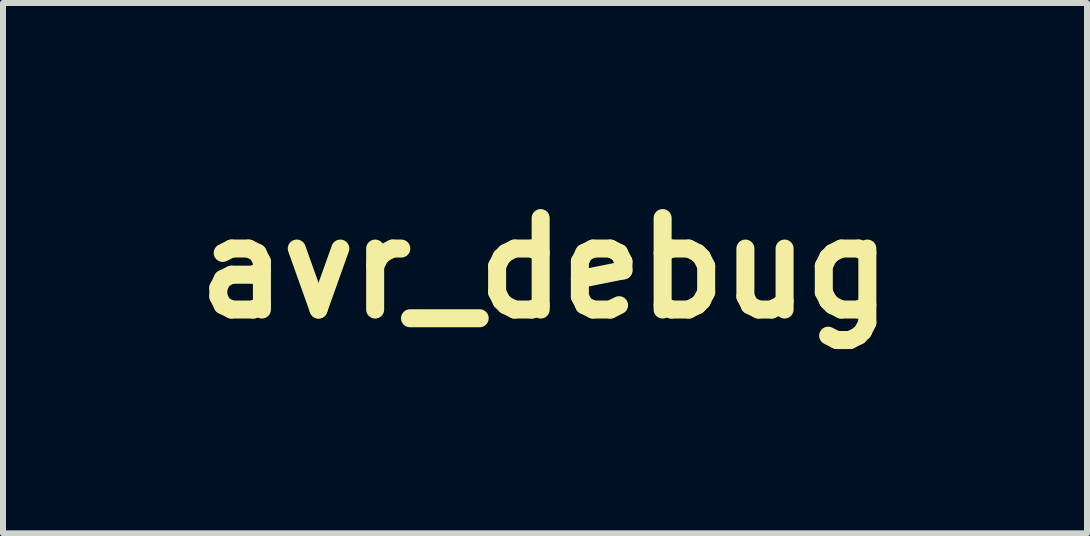
<source format=kicad_pcb>
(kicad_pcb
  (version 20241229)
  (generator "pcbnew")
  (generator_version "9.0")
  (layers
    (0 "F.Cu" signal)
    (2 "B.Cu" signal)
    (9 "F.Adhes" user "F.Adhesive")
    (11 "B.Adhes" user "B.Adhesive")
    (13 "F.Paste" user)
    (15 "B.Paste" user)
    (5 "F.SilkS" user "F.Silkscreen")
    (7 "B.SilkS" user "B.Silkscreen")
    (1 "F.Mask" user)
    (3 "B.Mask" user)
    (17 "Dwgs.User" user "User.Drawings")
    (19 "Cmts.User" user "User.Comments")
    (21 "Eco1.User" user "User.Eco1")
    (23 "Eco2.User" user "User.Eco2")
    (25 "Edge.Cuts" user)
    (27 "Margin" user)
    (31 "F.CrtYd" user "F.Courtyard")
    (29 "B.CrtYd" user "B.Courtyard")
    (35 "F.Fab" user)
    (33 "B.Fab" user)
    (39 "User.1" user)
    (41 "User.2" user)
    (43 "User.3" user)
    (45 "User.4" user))
  (footprint "avr_debug"
    (layer "F.Cu")
    (at 6.031 1.418)
    (property "Reference" "avr_debug" (at 0 0 0) (layer "F.SilkS") (effects (font (size 1.524 1.524) (thickness 0.3))))
    (attr through_hole)
    (fp_poly (pts (xy -0.004 -0.535) (xy 0.054 -0.506) (xy 0.14 -0.418) (xy 0.147 -0.312) (xy 0.087 -0.216) (xy -0.029 -0.158) (xy -0.086 -0.152) (xy -0.162 -0.165) (xy -0.196 -0.223) (xy -0.203 -0.353) (xy -0.203 -0.356) (xy -0.185 -0.502) (xy -0.122 -0.56) (xy -0.004 -0.535)) (stroke (width 0.01) (type solid)) (fill no) (layer "Eco2.User"))
    (fp_poly (pts (xy 0.1 0.137) (xy 0.188 0.24) (xy 0.203 0.337) (xy 0.194 0.425) (xy 0.151 0.476) (xy 0.045 0.513) (xy -0.038 0.531) (xy -0.203 0.567) (xy -0.203 0.334) (xy -0.199 0.192) (xy -0.174 0.124) (xy -0.113 0.103) (xy -0.061 0.102) (xy 0.1 0.137)) (stroke (width 0.01) (type solid)) (fill no) (layer "Eco2.User"))
    (fp_poly (pts (xy -2.864 -0.519) (xy -2.738 -0.449) (xy -2.652 -0.311) (xy -2.606 -0.13) (xy -2.6 0.068) (xy -2.633 0.256) (xy -2.706 0.411) (xy -2.819 0.506) (xy -2.864 0.519) (xy -2.971 0.529) (xy -3.021 0.518) (xy -3.034 0.457) (xy -3.042 0.323) (xy -3.046 0.142) (xy -3.047 -0.059) (xy -3.044 -0.251) (xy -3.038 -0.409) (xy -3.027 -0.503) (xy -3.021 -0.518) (xy -2.957 -0.529) (xy -2.864 -0.519)) (stroke (width 0.01) (type solid)) (fill no) (layer "Eco2.User"))
    (fp_poly (pts (xy 3.81 1.27) (xy -3.81 1.27) (xy -3.81 0.813) (xy -3.404 0.813) (xy -3.086 0.813) (xy -2.814 0.791) (xy -2.606 0.729) (xy -2.594 0.724) (xy -2.407 0.6) (xy -2.289 0.445) (xy -2.228 0.235) (xy -2.213 0.004) (xy -2.218 -0.21) (xy -2.244 -0.355) (xy -2.298 -0.466) (xy -2.315 -0.492) (xy -2.503 -0.67) (xy -2.754 -0.776) (xy -3.075 -0.813) (xy -3.086 -0.813) (xy -3.404 -0.813) (xy -1.93 -0.813) (xy -1.93 0.813) (xy -0.864 0.813) (xy -0.61 0.813) (xy -0.227 0.813) (xy -0.005 0.803) (xy 0.196 0.776) (xy 0.328 0.741) (xy 0.506 0.623) (xy 0.599 0.465) (xy 0.601 0.287) (xy 0.511 0.109) (xy 0.452 0.046) (xy 0.368 -0.043) (xy 0.34 -0.095) (xy 0.349 -0.102) (xy 0.43 -0.146) (xy 0.499 -0.253) (xy 0.54 -0.385) (xy 0.538 -0.484) (xy 0.449 -0.639) (xy 0.272 -0.745) (xy 0.007 -0.802) (xy -0.216 -0.813) (xy -0.61 -0.813) (xy 0.762 -0.813) (xy 0.765 -0.241) (xy 0.771 0.009) (xy 0.787 0.24) (xy 0.809 0.421) (xy 0.828 0.508) (xy 0.936 0.681) (xy 1.104 0.797) (xy 1.308 0.852) (xy 1.523 0.842) (xy 1.723 0.763) (xy 1.84 0.665) (xy 1.898 0.596) (xy 1.937 0.531) (xy 1.962 0.448) (xy 1.975 0.326) (xy 1.98 0.147) (xy 1.981 -0.105) (xy 2.154 -0.105) (xy 2.162 0.19) (xy 2.183 0.298) (xy 2.285 0.556) (xy 2.448 0.733) (xy 2.672 0.828) (xy 2.955 0.841) (xy 2.958 0.84) (xy 3.125 0.815) (xy 3.264 0.778) (xy 3.301 0.763) (xy 3.353 0.723) (xy 3.384 0.656) (xy 3.399 0.54) (xy 3.404 0.35) (xy 3.404 0.303) (xy 3.404 -0.102) (xy 3.124 -0.102) (xy 2.964 -0.098) (xy 2.881 -0.081) (xy 2.849 -0.038) (xy 2.845 0.025) (xy 2.869 0.125) (xy 2.946 0.152) (xy 3.013 0.169) (xy 3.042 0.238) (xy 3.048 0.356) (xy 3.042 0.486) (xy 3.009 0.544) (xy 2.924 0.558) (xy 2.876 0.559) (xy 2.734 0.54) (xy 2.641 0.473) (xy 2.588 0.343) (xy 2.567 0.135) (xy 2.565 0.023) (xy 2.572 -0.19) (xy 2.595 -0.33) (xy 2.639 -0.424) (xy 2.662 -0.452) (xy 2.784 -0.529) (xy 2.939 -0.559) (xy 3.081 -0.536) (xy 3.138 -0.499) (xy 3.203 -0.471) (xy 3.289 -0.521) (xy 3.301 -0.532) (xy 3.382 -0.617) (xy 3.387 -0.677) (xy 3.309 -0.735) (xy 3.224 -0.778) (xy 2.968 -0.853) (xy 2.728 -0.839) (xy 2.516 -0.745) (xy 2.343 -0.584) (xy 2.218 -0.367) (xy 2.154 -0.105) (xy 1.981 -0.105) (xy 1.981 -0.111) (xy 1.981 -0.153) (xy 1.981 -0.813) (xy 1.626 -0.813) (xy 1.621 -0.267) (xy 1.614 0.039) (xy 1.6 0.258) (xy 1.575 0.404) (xy 1.534 0.492) (xy 1.475 0.538) (xy 1.423 0.551) (xy 1.325 0.549) (xy 1.256 0.503) (xy 1.209 0.401) (xy 1.182 0.229) (xy 1.17 -0.024) (xy 1.168 -0.213) (xy 1.168 -0.813) (xy 0.762 -0.813) (xy -0.61 -0.813) (xy -0.61 0.813) (xy -0.864 0.813) (xy -0.864 0.686) (xy -0.869 0.618) (xy -0.902 0.58) (xy -0.985 0.563) (xy -1.14 0.559) (xy -1.194 0.559) (xy -1.524 0.559) (xy -1.524 0.102) (xy -1.245 0.102) (xy -1.085 0.098) (xy -1.001 0.081) (xy -0.97 0.038) (xy -0.965 -0.025) (xy -0.972 -0.098) (xy -1.011 -0.136) (xy -1.105 -0.15) (xy -1.245 -0.152) (xy -1.524 -0.152) (xy -1.524 -0.559) (xy -1.194 -0.559) (xy -1.016 -0.561) (xy -0.917 -0.574) (xy -0.874 -0.605) (xy -0.864 -0.665) (xy -0.864 -0.686) (xy -0.864 -0.813) (xy -1.93 -0.813) (xy -3.404 -0.813) (xy -3.404 0.813) (xy -3.81 0.813) (xy -3.81 -1.27) (xy 3.81 -1.27) (xy 3.81 1.27)) (stroke (width 0.01) (type solid)) (fill no) (layer "Eco2.User")))
  (gr_rect
    (start -3 -3)
    (end 15.061 5.836)
    (stroke (width 0.1) (type default))
    (fill no)
    (layer "Edge.Cuts")))
</source>
